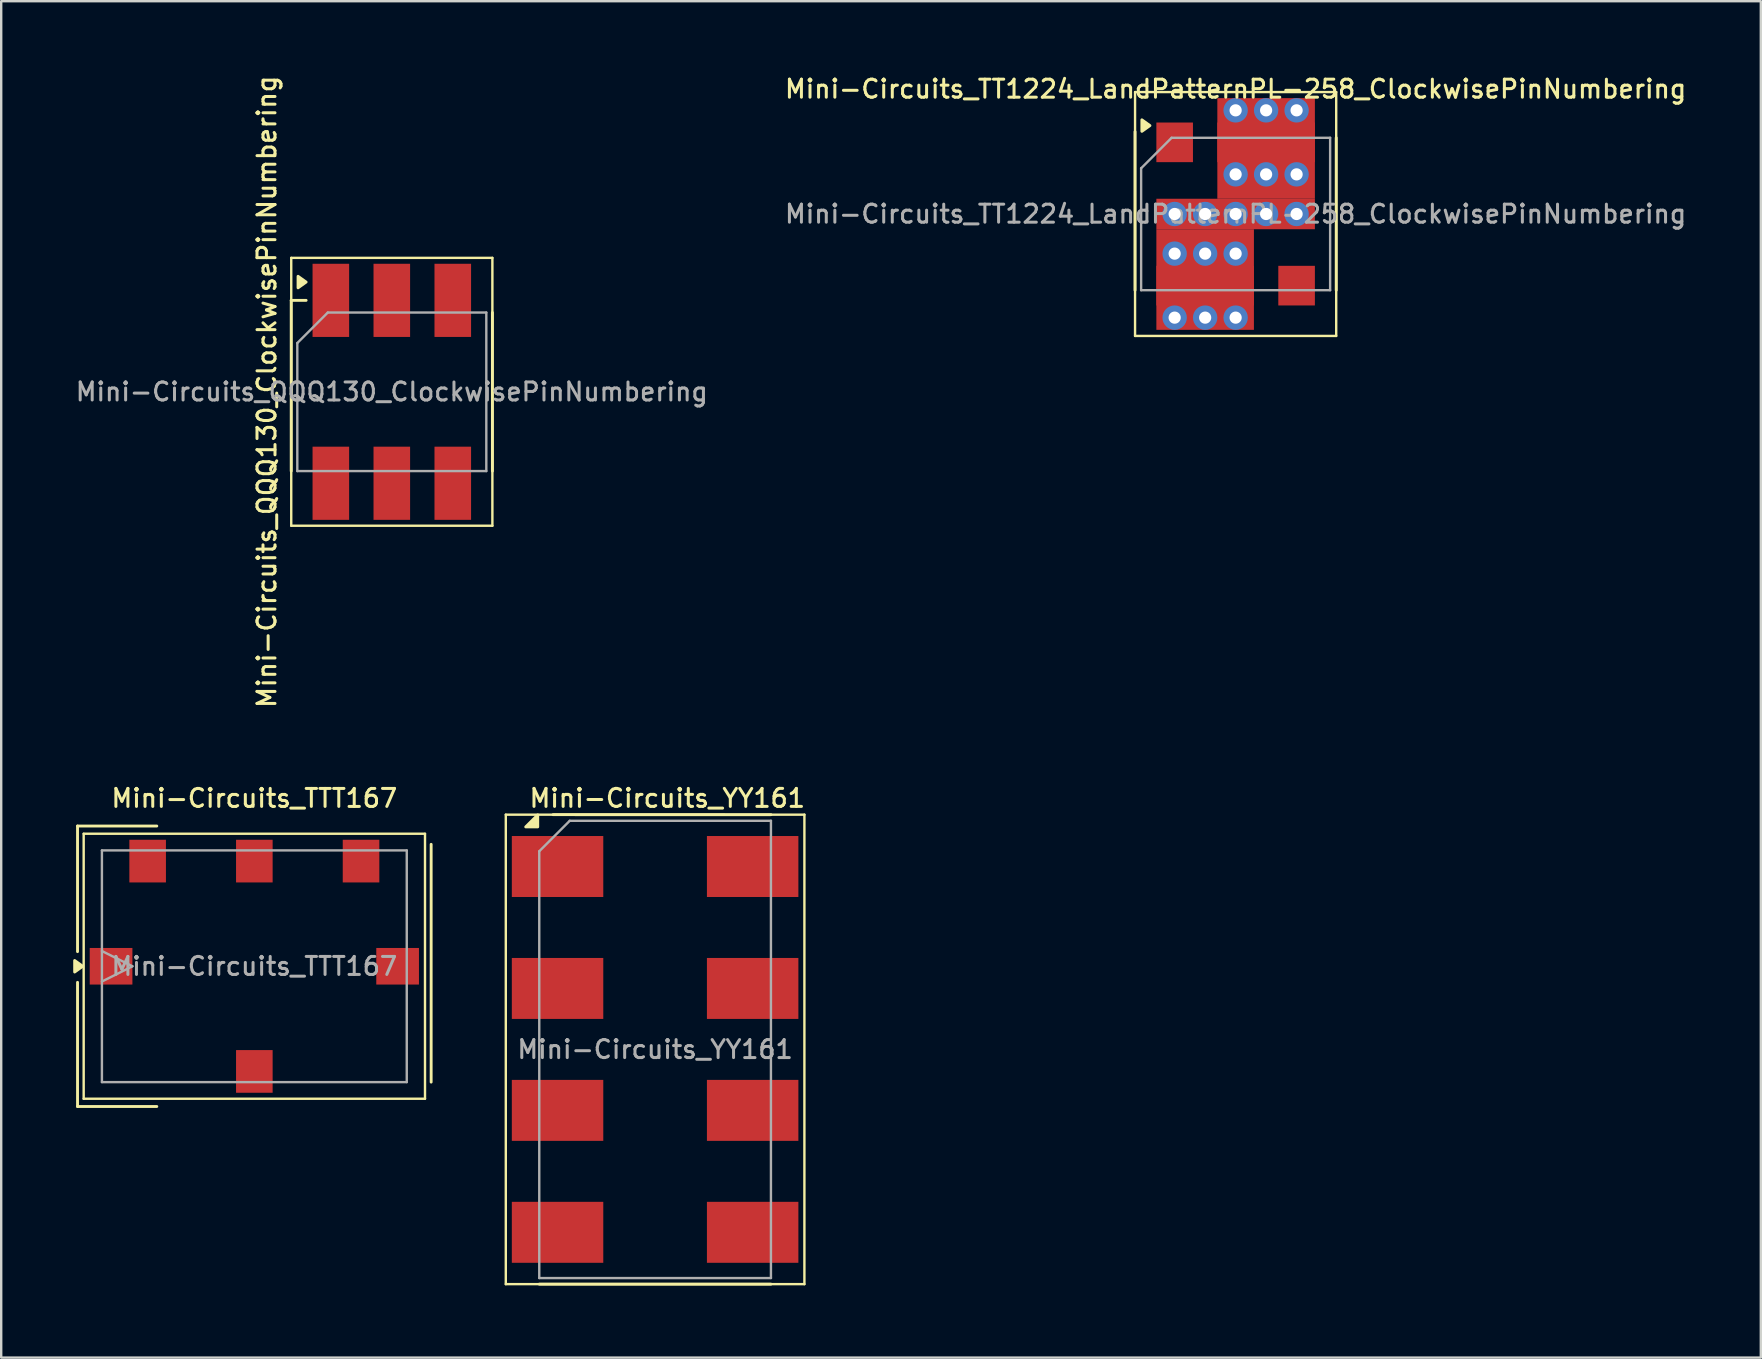
<source format=kicad_pcb>
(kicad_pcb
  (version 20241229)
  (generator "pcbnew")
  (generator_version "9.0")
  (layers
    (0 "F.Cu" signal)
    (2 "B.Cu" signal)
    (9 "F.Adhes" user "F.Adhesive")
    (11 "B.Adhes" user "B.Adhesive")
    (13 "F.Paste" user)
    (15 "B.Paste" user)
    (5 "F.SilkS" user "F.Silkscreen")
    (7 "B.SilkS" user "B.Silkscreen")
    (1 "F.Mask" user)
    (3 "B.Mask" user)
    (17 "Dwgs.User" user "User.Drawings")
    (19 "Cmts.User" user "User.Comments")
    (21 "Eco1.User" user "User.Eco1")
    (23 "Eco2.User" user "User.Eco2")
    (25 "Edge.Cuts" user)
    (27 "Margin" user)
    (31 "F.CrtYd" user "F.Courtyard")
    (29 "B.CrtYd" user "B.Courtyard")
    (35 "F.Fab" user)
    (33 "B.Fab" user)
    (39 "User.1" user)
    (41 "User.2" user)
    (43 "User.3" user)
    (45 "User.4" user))
  (footprint "Mini-Circuits_TTT167"
    (layer "F.Cu")
    (at 7.546 37.205)
    (property "Reference" "Mini-Circuits_TTT167" (at 0 -7 180) (layer "F.SilkS") (effects (font (size 0.75 0.75) (thickness 0.125))))
    (attr smd)
    (fp_line (start -7.366 -5.842) (end -7.366 -0.61) (stroke (width 0.12) (type solid)) (layer "F.SilkS"))
    (fp_line (start -7.366 5.842) (end -7.366 0.67) (stroke (width 0.12) (type solid)) (layer "F.SilkS"))
    (fp_line (start -7.366 5.842) (end -4.064 5.842) (stroke (width 0.12) (type solid)) (layer "F.SilkS"))
    (fp_line (start -7.11 -5.52) (end -7.11 5.52) (stroke (width 0.1) (type solid)) (layer "F.SilkS"))
    (fp_line (start -7.11 -5.52) (end 7.11 -5.52) (stroke (width 0.1) (type solid)) (layer "F.SilkS"))
    (fp_line (start -4.064 -5.842) (end -7.366 -5.842) (stroke (width 0.12) (type solid)) (layer "F.SilkS"))
    (fp_line (start 7.11 5.52) (end -7.11 5.52) (stroke (width 0.1) (type solid)) (layer "F.SilkS"))
    (fp_line (start 7.11 5.52) (end 7.11 -5.52) (stroke (width 0.1) (type solid)) (layer "F.SilkS"))
    (fp_line (start 7.366 4.826) (end 7.366 -5.08) (stroke (width 0.12) (type solid)) (layer "F.SilkS"))
    (fp_poly (pts (xy -7.15 0) (xy -7.486 0.24) (xy -7.486 -0.24) (xy -7.15 0)) (stroke (width 0.12) (type solid)) (fill yes) (layer "F.SilkS"))
    (fp_line (start -6.35 -4.826) (end 6.35 -4.826) (stroke (width 0.1) (type solid)) (layer "F.Fab"))
    (fp_line (start -6.35 -0.635) (end -5.08 0) (stroke (width 0.1) (type solid)) (layer "F.Fab"))
    (fp_line (start -6.35 4.826) (end -6.35 -4.826) (stroke (width 0.1) (type solid)) (layer "F.Fab"))
    (fp_line (start -5.08 0) (end -6.35 0.635) (stroke (width 0.1) (type solid)) (layer "F.Fab"))
    (fp_line (start 6.35 -4.826) (end 6.35 4.826) (stroke (width 0.1) (type solid)) (layer "F.Fab"))
    (fp_line (start 6.35 4.826) (end -6.35 4.826) (stroke (width 0.1) (type solid)) (layer "F.Fab"))
    (fp_text user "${REFERENCE}" (at 0 0 180) (layer "F.Fab") (effects (font (size 0.75 0.75) (thickness 0.125))))
    (pad "1" smd rect (at -5.969 0) (size 1.778 1.524) (layers "F.Cu" "F.Mask" "F.Paste"))
    (pad "2" smd rect (at 5.969 0 180) (size 1.778 1.524) (layers "F.Cu" "F.Mask" "F.Paste"))
    (pad "3" smd rect (at 0 -4.381 270) (size 1.778 1.524) (layers "F.Cu" "F.Mask" "F.Paste"))
    (pad "4" smd rect (at 0 4.381 90) (size 1.778 1.524) (layers "F.Cu" "F.Mask" "F.Paste"))
    (pad "5" smd rect (at 4.445 -4.381 270) (size 1.778 1.524) (layers "F.Cu" "F.Mask" "F.Paste"))
    (pad "6" smd rect (at -4.445 -4.381 270) (size 1.778 1.524) (layers "F.Cu" "F.Mask" "F.Paste")))
  (footprint "Mini-Circuits_QQQ130_ClockwisePinNumbering"
    (layer "F.Cu")
    (at 13.273 13.273)
    (property "Reference" "Mini-Circuits_QQQ130_ClockwisePinNumbering" (at -5.207 0 90) (layer "F.SilkS") (effects (font (size 0.75 0.75) (thickness 0.125))))
    (attr smd)
    (fp_line (start -4.191 -3.81) (end -4.191 3.302) (stroke (width 0.12) (type solid)) (layer "F.SilkS"))
    (fp_line (start -4.19 5.58) (end -4.19 -5.58) (stroke (width 0.1) (type solid)) (layer "F.SilkS"))
    (fp_line (start -4.19 5.58) (end 4.19 5.58) (stroke (width 0.1) (type solid)) (layer "F.SilkS"))
    (fp_line (start -3.57 -3.81) (end -4.191 -3.81) (stroke (width 0.12) (type solid)) (layer "F.SilkS"))
    (fp_line (start 4.19 -5.58) (end -4.19 -5.58) (stroke (width 0.1) (type solid)) (layer "F.SilkS"))
    (fp_line (start 4.19 -5.58) (end 4.19 5.58) (stroke (width 0.1) (type solid)) (layer "F.SilkS"))
    (fp_line (start 4.191 -3.302) (end 4.191 3.302) (stroke (width 0.12) (type solid)) (layer "F.SilkS"))
    (fp_poly (pts (xy -3.57 -4.572) (xy -3.906 -4.332) (xy -3.906 -4.812) (xy -3.57 -4.572)) (stroke (width 0.12) (type solid)) (fill yes) (layer "F.SilkS"))
    (fp_line (start -3.937 3.302) (end -3.937 -2.032) (stroke (width 0.1) (type solid)) (layer "F.Fab"))
    (fp_line (start -3.937 3.302) (end 3.937 3.302) (stroke (width 0.1) (type solid)) (layer "F.Fab"))
    (fp_line (start -2.667 -3.302) (end -3.937 -2.032) (stroke (width 0.1) (type solid)) (layer "F.Fab"))
    (fp_line (start 3.937 -3.302) (end -2.667 -3.302) (stroke (width 0.1) (type solid)) (layer "F.Fab"))
    (fp_line (start 3.937 -3.302) (end 3.937 3.302) (stroke (width 0.1) (type solid)) (layer "F.Fab"))
    (fp_text user "${REFERENCE}" (at 0 0 180) (layer "F.Fab") (effects (font (size 0.75 0.75) (thickness 0.125))))
    (pad "1" smd rect (at -2.54 -3.81) (size 1.524 3.048) (layers "F.Cu" "F.Mask" "F.Paste"))
    (pad "2" smd rect (at 0 -3.81) (size 1.524 3.048) (layers "F.Cu" "F.Mask" "F.Paste"))
    (pad "3" smd rect (at 2.54 -3.81) (size 1.524 3.048) (layers "F.Cu" "F.Mask" "F.Paste"))
    (pad "4" smd rect (at 2.54 3.81) (size 1.524 3.048) (layers "F.Cu" "F.Mask" "F.Paste"))
    (pad "5" smd rect (at 0 3.81) (size 1.524 3.048) (layers "F.Cu" "F.Mask" "F.Paste"))
    (pad "6" smd rect (at -2.54 3.81) (size 1.524 3.048) (layers "F.Cu" "F.Mask" "F.Paste")))
  (footprint "Mini-Circuits_YY161"
    (layer "F.Cu")
    (at 24.242 40.669)
    (property "Reference" "Mini-Circuits_YY161" (at 0.508 -10.465 0) (layer "F.SilkS") (effects (font (size 0.75 0.75) (thickness 0.125))))
    (attr smd)
    (fp_line (start -6.22 -9.78) (end -6.22 9.78) (stroke (width 0.1) (type solid)) (layer "F.SilkS"))
    (fp_line (start -6.22 -9.78) (end 6.22 -9.78) (stroke (width 0.1) (type solid)) (layer "F.SilkS"))
    (fp_line (start -4.826 9.779) (end 4.826 9.779) (stroke (width 0.12) (type solid)) (layer "F.SilkS"))
    (fp_line (start 4.826 -9.779) (end -4.25 -9.78) (stroke (width 0.12) (type solid)) (layer "F.SilkS"))
    (fp_line (start 6.22 9.78) (end -6.22 9.78) (stroke (width 0.1) (type solid)) (layer "F.SilkS"))
    (fp_line (start 6.22 9.78) (end 6.22 -9.78) (stroke (width 0.1) (type solid)) (layer "F.SilkS"))
    (fp_poly (pts (xy -4.89 -9.27) (xy -5.39 -9.27) (xy -4.89 -9.77) (xy -4.89 -9.27)) (stroke (width 0.12) (type solid)) (fill yes) (layer "F.SilkS"))
    (fp_line (start -4.826 -8.255) (end -4.826 9.525) (stroke (width 0.1) (type solid)) (layer "F.Fab"))
    (fp_line (start -3.556 -9.525) (end -4.826 -8.255) (stroke (width 0.1) (type solid)) (layer "F.Fab"))
    (fp_line (start 4.826 -9.525) (end -3.556 -9.525) (stroke (width 0.1) (type solid)) (layer "F.Fab"))
    (fp_line (start 4.826 9.525) (end -4.826 9.525) (stroke (width 0.1) (type solid)) (layer "F.Fab"))
    (fp_line (start 4.826 9.525) (end 4.826 -9.525) (stroke (width 0.1) (type solid)) (layer "F.Fab"))
    (fp_text user "${REFERENCE}" (at 0 0 0) (layer "F.Fab") (effects (font (size 0.75 0.75) (thickness 0.125))))
    (pad "1" smd rect (at -4.064 -7.62 270) (size 2.54 3.81) (layers "F.Cu" "F.Mask" "F.Paste"))
    (pad "2" smd rect (at 4.064 -7.62 270) (size 2.54 3.81) (layers "F.Cu" "F.Mask" "F.Paste"))
    (pad "3" smd rect (at -4.064 -2.54 270) (size 2.54 3.81) (layers "F.Cu" "F.Mask" "F.Paste"))
    (pad "4" smd rect (at 4.064 -2.54 270) (size 2.54 3.81) (layers "F.Cu" "F.Mask" "F.Paste"))
    (pad "5" smd rect (at -4.064 2.54 270) (size 2.54 3.81) (layers "F.Cu" "F.Mask" "F.Paste"))
    (pad "6" smd rect (at 4.064 2.54 270) (size 2.54 3.81) (layers "F.Cu" "F.Mask" "F.Paste"))
    (pad "7" smd rect (at -4.064 7.62 270) (size 2.54 3.81) (layers "F.Cu" "F.Mask" "F.Paste"))
    (pad "8" smd rect (at 4.064 7.62 270) (size 2.54 3.81) (layers "F.Cu" "F.Mask" "F.Paste")))
  (footprint "Mini-Circuits_TT1224_LandPatternPL-258_ClockwisePinNumbering"
    (layer "F.Cu")
    (at 48.427 5.865)
    (property "Reference" "Mini-Circuits_TT1224_LandPatternPL-258_ClockwisePinNumbering" (at 0 -5.207 0) (layer "F.SilkS") (effects (font (size 0.75 0.75) (thickness 0.125))))
    (attr smd)
    (fp_line (start -4.191 3.175) (end -4.191 -3.429) (stroke (width 0.12) (type solid)) (layer "F.SilkS"))
    (fp_line (start -4.19 5.08) (end -4.19 -5.08) (stroke (width 0.1) (type solid)) (layer "F.SilkS"))
    (fp_line (start -4.19 5.08) (end 4.19 5.08) (stroke (width 0.1) (type solid)) (layer "F.SilkS"))
    (fp_line (start 4.19 -5.08) (end -4.19 -5.08) (stroke (width 0.1) (type solid)) (layer "F.SilkS"))
    (fp_line (start 4.19 -5.08) (end 4.19 5.08) (stroke (width 0.1) (type solid)) (layer "F.SilkS"))
    (fp_line (start 4.191 -3.175) (end 4.191 3.175) (stroke (width 0.12) (type solid)) (layer "F.SilkS"))
    (fp_poly (pts (xy -3.57 -3.683) (xy -3.906 -3.443) (xy -3.906 -3.923) (xy -3.57 -3.683)) (stroke (width 0.12) (type solid)) (fill yes) (layer "F.SilkS"))
    (fp_line (start -3.937 3.175) (end -3.937 -1.905) (stroke (width 0.1) (type solid)) (layer "F.Fab"))
    (fp_line (start -2.667 -3.175) (end -3.937 -1.905) (stroke (width 0.1) (type solid)) (layer "F.Fab"))
    (fp_line (start -2.667 -3.175) (end 3.937 -3.175) (stroke (width 0.1) (type solid)) (layer "F.Fab"))
    (fp_line (start 3.937 3.175) (end -3.937 3.175) (stroke (width 0.1) (type solid)) (layer "F.Fab"))
    (fp_line (start 3.937 3.175) (end 3.937 -3.175) (stroke (width 0.1) (type solid)) (layer "F.Fab"))
    (fp_text user "${REFERENCE}" (at 0 0 180) (layer "F.Fab") (effects (font (size 0.75 0.75) (thickness 0.125))))
    (pad "1" smd rect (at -2.54 -2.985 270) (size 1.651 1.524) (layers "F.Cu" "F.Mask" "F.Paste"))
    (pad "2" thru_hole circle (at -2.54 0 90) (size 1.016 1.016) (drill 0.508) (layers "*.Cu"))
    (pad "2" thru_hole circle (at -2.54 1.651 90) (size 1.016 1.016) (drill 0.508) (layers "*.Cu"))
    (pad "2" thru_hole circle (at -2.54 4.318 90) (size 1.016 1.016) (drill 0.508) (layers "*.Cu"))
    (pad "2" thru_hole circle (at -1.27 0 90) (size 1.016 1.016) (drill 0.508) (layers "*.Cu"))
    (pad "2" thru_hole circle (at -1.27 1.651 90) (size 1.016 1.016) (drill 0.508) (layers "*.Cu"))
    (pad "2" smd rect (at -1.27 2.731 90) (size 4.191 4.064) (layers "F.Cu"))
    (pad "2" thru_hole circle (at -1.27 4.318 90) (size 1.016 1.016) (drill 0.508) (layers "*.Cu"))
    (pad "2" thru_hole circle (at 0 -4.318 90) (size 1.016 1.016) (drill 0.508) (layers "*.Cu"))
    (pad "2" smd rect (at 0 -2.985 270) (size 1.651 1.524) (layers "F.Cu" "F.Mask" "F.Paste"))
    (pad "2" thru_hole circle (at 0 -1.651 90) (size 1.016 1.016) (drill 0.508) (layers "*.Cu"))
    (pad "2" thru_hole circle (at 0 0 90) (size 1.016 1.016) (drill 0.508) (layers "*.Cu"))
    (pad "2" smd rect (at 0 0 90) (size 1.27 6.604) (layers "F.Cu"))
    (pad "2" thru_hole circle (at 0 1.651 90) (size 1.016 1.016) (drill 0.508) (layers "*.Cu"))
    (pad "2" thru_hole circle (at 0 4.318 90) (size 1.016 1.016) (drill 0.508) (layers "*.Cu"))
    (pad "2" thru_hole circle (at 1.27 -4.318 90) (size 1.016 1.016) (drill 0.508) (layers "*.Cu"))
    (pad "2" smd rect (at 1.27 -2.731 90) (size 4.191 4.064) (layers "F.Cu"))
    (pad "2" thru_hole circle (at 1.27 -1.651 90) (size 1.016 1.016) (drill 0.508) (layers "*.Cu"))
    (pad "2" thru_hole circle (at 1.27 0 90) (size 1.016 1.016) (drill 0.508) (layers "*.Cu"))
    (pad "2" thru_hole circle (at 2.54 -4.318 90) (size 1.016 1.016) (drill 0.508) (layers "*.Cu"))
    (pad "2" thru_hole circle (at 2.54 -1.651 90) (size 1.016 1.016) (drill 0.508) (layers "*.Cu"))
    (pad "2" thru_hole circle (at 2.54 0 90) (size 1.016 1.016) (drill 0.508) (layers "*.Cu"))
    (pad "3" smd rect (at 2.54 -2.985 270) (size 1.651 1.524) (layers "F.Cu" "F.Mask" "F.Paste"))
    (pad "4" smd rect (at 2.54 2.985 90) (size 1.651 1.524) (layers "F.Cu" "F.Mask" "F.Paste"))
    (pad "5" smd rect (at 0 2.985 90) (size 1.651 1.524) (layers "F.Cu" "F.Mask" "F.Paste"))
    (pad "6" smd rect (at -2.54 2.985 90) (size 1.651 1.524) (layers "F.Cu" "F.Mask" "F.Paste")))
  (gr_rect
    (start -3 -3)
    (end 70.307 53.508)
    (stroke (width 0.1) (type default))
    (fill no)
    (layer "Edge.Cuts")))
</source>
